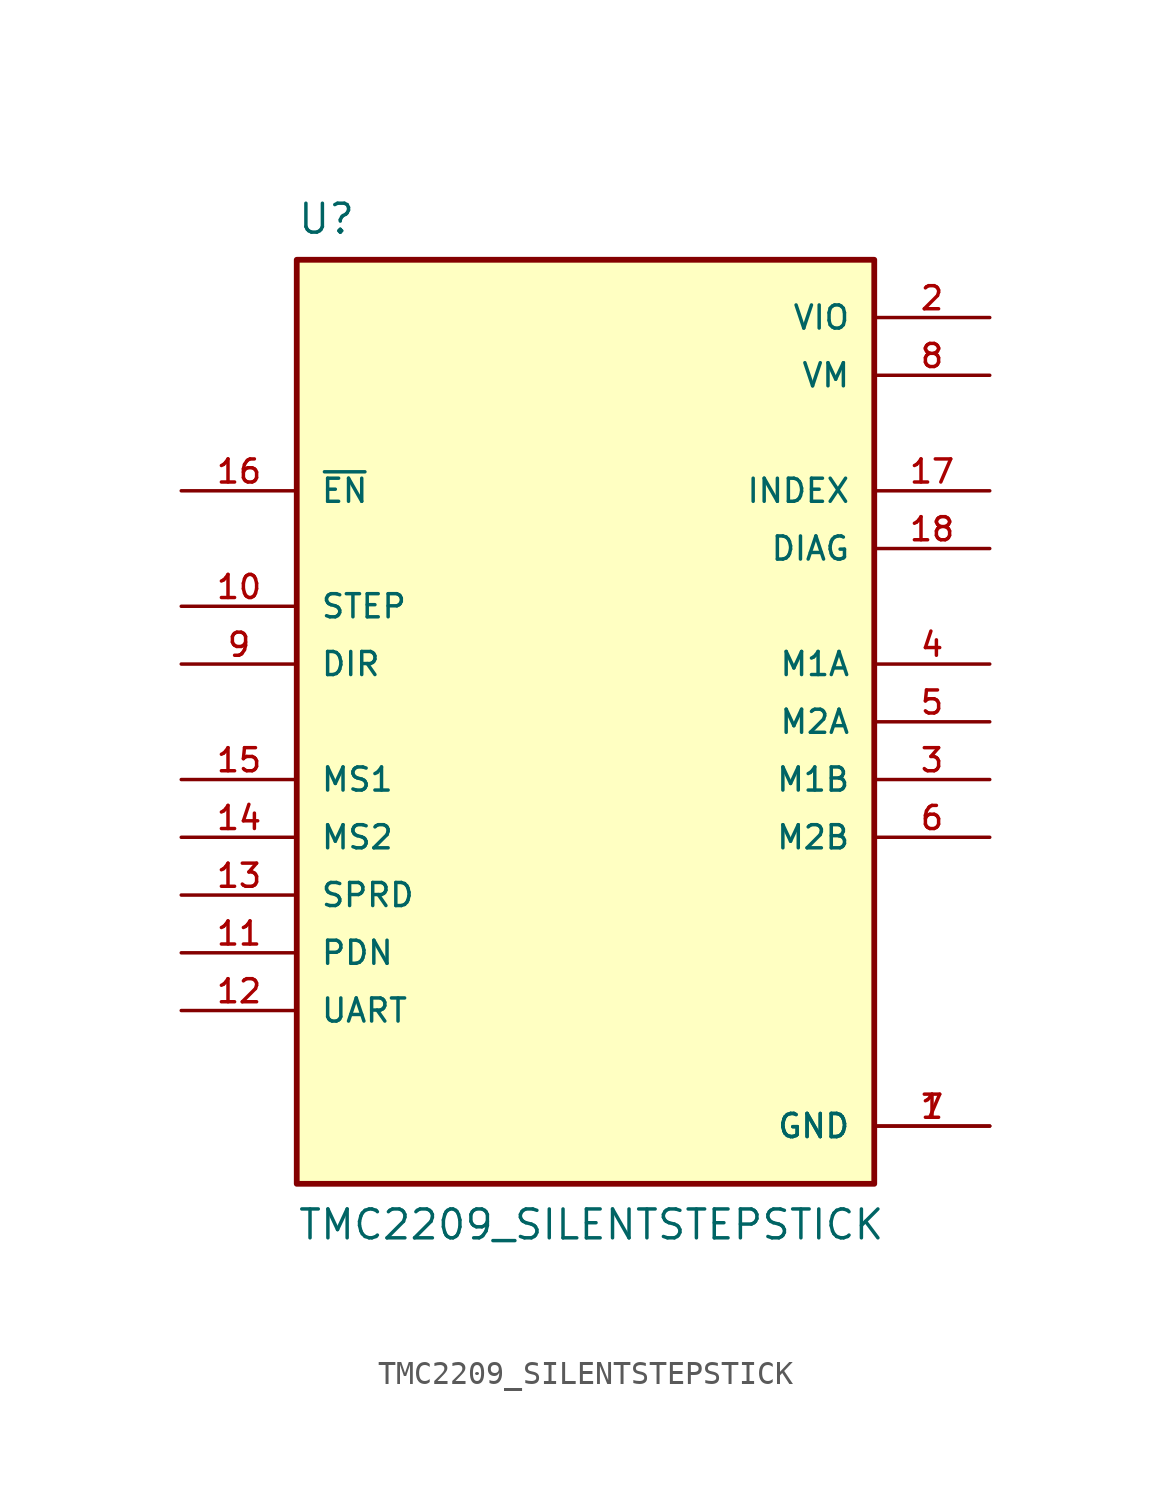
<source format=kicad_sym>
(kicad_symbol_lib
  (version 20241209)
  (generator "kicad_symbol_editor")
  (generator_version "9.0")
  (symbol "TMC2209_SILENTSTEPSTICK"
    (pin_names
      (offset 1.016))
    (property "Reference" "U"
      (at -12.7 22.86 0)
      (effects (font (size 1.27 1.27)) (justify left top)))
    (property "Value" "TMC2209_SILENTSTEPSTICK"
      (at -12.7 -22.86 0)
      (effects (font (size 1.27 1.27)) (justify left bottom)))
    (symbol "TMC2209_SILENTSTEPSTICK_0_0"
      (rectangle (start -12.7 -20.32) (end 12.7 20.32) (stroke (width 0.254) (type default)) (fill (type background)))
      (pin input line (at -17.78 10.16 0) (length 5.08) (name "~{EN}" (effects (font (size 1.016 1.016)))) (number "16" (effects (font (size 1.016 1.016)))))
      (pin input line (at -17.78 5.08 0) (length 5.08) (name "STEP" (effects (font (size 1.016 1.016)))) (number "10" (effects (font (size 1.016 1.016)))))
      (pin input line (at -17.78 2.54 0) (length 5.08) (name "DIR" (effects (font (size 1.016 1.016)))) (number "9" (effects (font (size 1.016 1.016)))))
      (pin input line (at -17.78 -2.54 0) (length 5.08) (name "MS1" (effects (font (size 1.016 1.016)))) (number "15" (effects (font (size 1.016 1.016)))))
      (pin input line (at -17.78 -5.08 0) (length 5.08) (name "MS2" (effects (font (size 1.016 1.016)))) (number "14" (effects (font (size 1.016 1.016)))))
      (pin input line (at -17.78 -7.62 0) (length 5.08) (name "SPRD" (effects (font (size 1.016 1.016)))) (number "13" (effects (font (size 1.016 1.016)))))
      (pin bidirectional line (at -17.78 -10.16 0) (length 5.08) (name "PDN" (effects (font (size 1.016 1.016)))) (number "11" (effects (font (size 1.016 1.016)))))
      (pin bidirectional line (at -17.78 -12.7 0) (length 5.08) (name "UART" (effects (font (size 1.016 1.016)))) (number "12" (effects (font (size 1.016 1.016)))))
      (pin power_in line (at 17.78 17.78 180) (length 5.08) (name "VIO" (effects (font (size 1.016 1.016)))) (number "2" (effects (font (size 1.016 1.016)))))
      (pin power_in line (at 17.78 15.24 180) (length 5.08) (name "VM" (effects (font (size 1.016 1.016)))) (number "8" (effects (font (size 1.016 1.016)))))
      (pin output line (at 17.78 10.16 180) (length 5.08) (name "INDEX" (effects (font (size 1.016 1.016)))) (number "17" (effects (font (size 1.016 1.016)))))
      (pin output line (at 17.78 7.62 180) (length 5.08) (name "DIAG" (effects (font (size 1.016 1.016)))) (number "18" (effects (font (size 1.016 1.016)))))
      (pin output line (at 17.78 2.54 180) (length 5.08) (name "M1A" (effects (font (size 1.016 1.016)))) (number "4" (effects (font (size 1.016 1.016)))))
      (pin output line (at 17.78 0 180) (length 5.08) (name "M2A" (effects (font (size 1.016 1.016)))) (number "5" (effects (font (size 1.016 1.016)))))
      (pin output line (at 17.78 -2.54 180) (length 5.08) (name "M1B" (effects (font (size 1.016 1.016)))) (number "3" (effects (font (size 1.016 1.016)))))
      (pin output line (at 17.78 -5.08 180) (length 5.08) (name "M2B" (effects (font (size 1.016 1.016)))) (number "6" (effects (font (size 1.016 1.016)))))
      (pin power_in line (at 17.78 -17.78 180) (length 5.08) (name "GND" (effects (font (size 1.016 1.016)))) (number "1" (effects (font (size 1.016 1.016)))))
      (pin power_in line (at 17.78 -17.78 180) (length 5.08) (name "GND" (effects (font (size 1.016 1.016)))) (number "7" (effects (font (size 1.016 1.016))))))))
</source>
